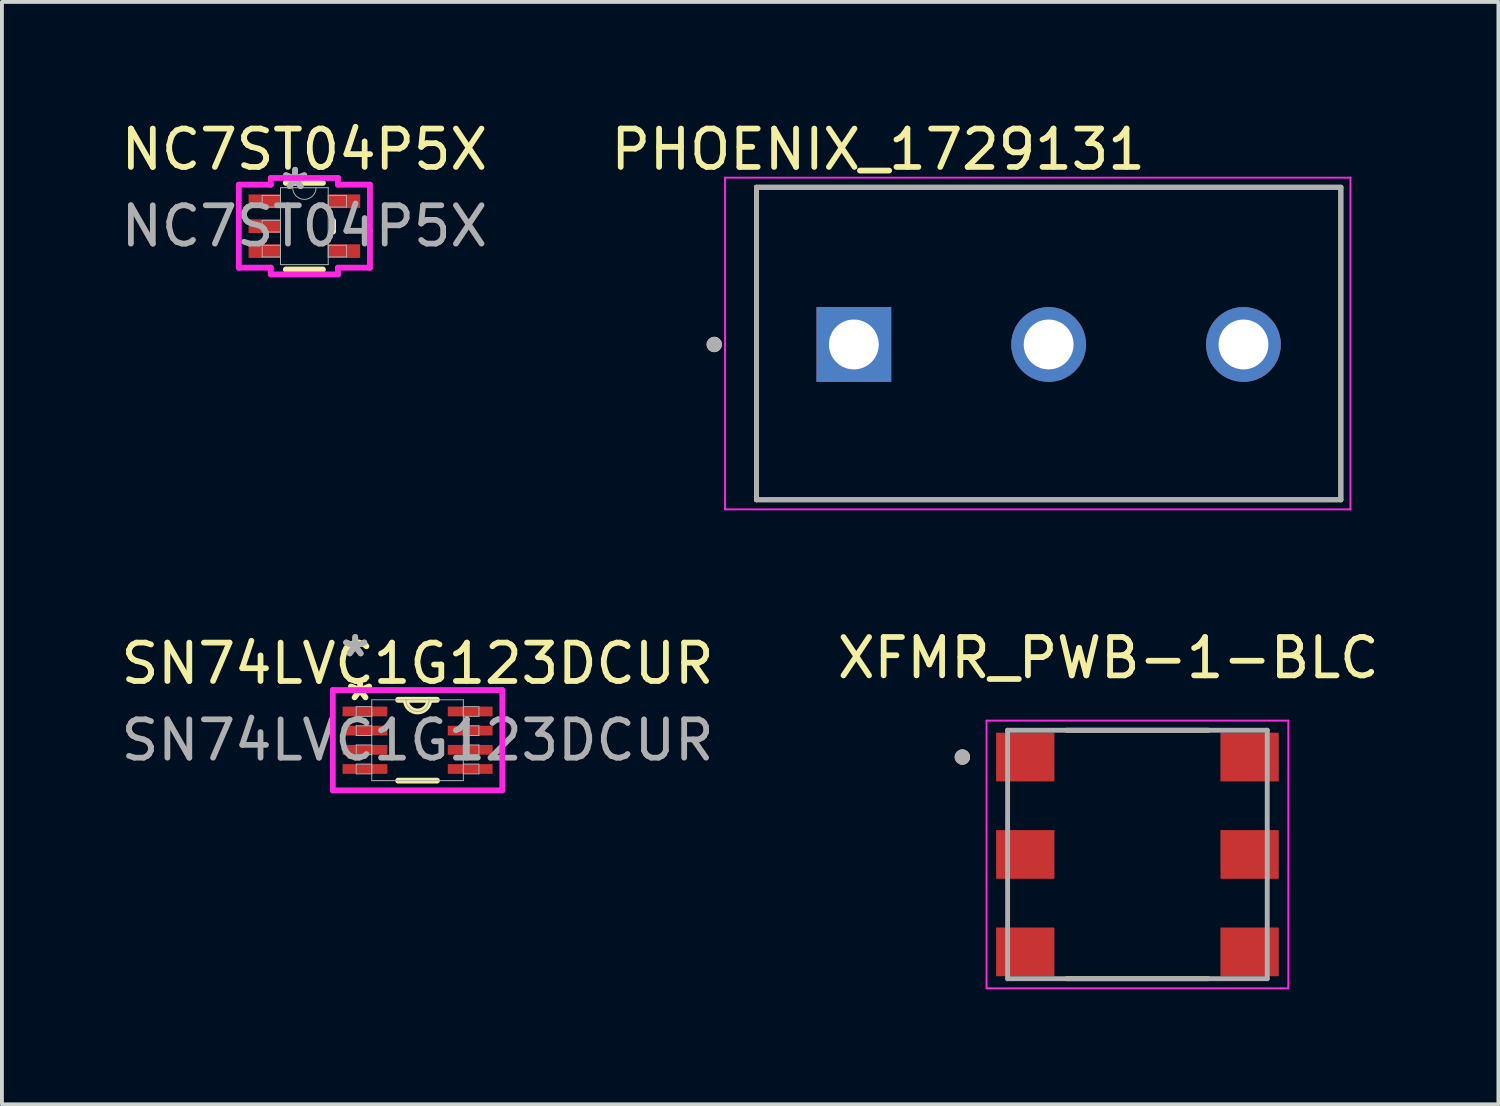
<source format=kicad_pcb>
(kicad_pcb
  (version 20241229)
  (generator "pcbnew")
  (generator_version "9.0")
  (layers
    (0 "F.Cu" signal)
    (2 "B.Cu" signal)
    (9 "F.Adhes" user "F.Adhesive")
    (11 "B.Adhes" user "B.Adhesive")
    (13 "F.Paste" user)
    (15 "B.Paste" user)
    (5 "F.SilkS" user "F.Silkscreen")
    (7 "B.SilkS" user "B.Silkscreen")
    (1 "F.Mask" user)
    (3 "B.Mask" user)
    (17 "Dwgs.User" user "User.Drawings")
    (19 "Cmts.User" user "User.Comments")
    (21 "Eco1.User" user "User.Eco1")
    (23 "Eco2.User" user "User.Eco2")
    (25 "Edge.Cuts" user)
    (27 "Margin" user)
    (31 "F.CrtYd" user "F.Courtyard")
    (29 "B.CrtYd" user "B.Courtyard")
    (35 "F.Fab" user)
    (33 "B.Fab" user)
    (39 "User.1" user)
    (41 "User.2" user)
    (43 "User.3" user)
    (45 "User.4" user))
  (footprint "NC7ST04P5X"
    (layer "F.Cu")
    (at 4.887 2.848)
    (property "Reference" "NC7ST04P5X" (at 0 -2 0) (unlocked yes) (layer "F.SilkS") (effects (font (size 1 1) (thickness 0.15))))
    (attr smd)
    (fp_line (start -0.484 1.13) (end 0.484 1.13) (stroke (width 0.152) (type solid)) (layer "F.SilkS"))
    (fp_line (start 0.484 -1.13) (end -0.484 -1.13) (stroke (width 0.152) (type solid)) (layer "F.SilkS"))
    (fp_line (start 0.749 0.139) (end 0.749 -0.139) (stroke (width 0.152) (type solid)) (layer "F.SilkS"))
    (fp_line (start -1.71 -1.082) (end -0.876 -1.082) (stroke (width 0.152) (type solid)) (layer "F.CrtYd"))
    (fp_line (start -1.71 1.082) (end -1.71 -1.082) (stroke (width 0.152) (type solid)) (layer "F.CrtYd"))
    (fp_line (start -1.71 1.082) (end -0.876 1.082) (stroke (width 0.152) (type solid)) (layer "F.CrtYd"))
    (fp_line (start -0.876 -1.257) (end 0.876 -1.257) (stroke (width 0.152) (type solid)) (layer "F.CrtYd"))
    (fp_line (start -0.876 -1.082) (end -0.876 -1.257) (stroke (width 0.152) (type solid)) (layer "F.CrtYd"))
    (fp_line (start -0.876 1.257) (end -0.876 1.082) (stroke (width 0.152) (type solid)) (layer "F.CrtYd"))
    (fp_line (start 0.876 -1.257) (end 0.876 -1.082) (stroke (width 0.152) (type solid)) (layer "F.CrtYd"))
    (fp_line (start 0.876 1.082) (end 0.876 1.257) (stroke (width 0.152) (type solid)) (layer "F.CrtYd"))
    (fp_line (start 0.876 1.257) (end -0.876 1.257) (stroke (width 0.152) (type solid)) (layer "F.CrtYd"))
    (fp_line (start 1.71 -1.082) (end 0.876 -1.082) (stroke (width 0.152) (type solid)) (layer "F.CrtYd"))
    (fp_line (start 1.71 -1.082) (end 1.71 1.082) (stroke (width 0.152) (type solid)) (layer "F.CrtYd"))
    (fp_line (start 1.71 1.082) (end 0.876 1.082) (stroke (width 0.152) (type solid)) (layer "F.CrtYd"))
    (fp_line (start -1.1 -0.802) (end -1.1 -0.498) (stroke (width 0.025) (type solid)) (layer "F.Fab"))
    (fp_line (start -1.1 -0.498) (end -0.622 -0.498) (stroke (width 0.025) (type solid)) (layer "F.Fab"))
    (fp_line (start -1.1 -0.152) (end -1.1 0.152) (stroke (width 0.025) (type solid)) (layer "F.Fab"))
    (fp_line (start -1.1 0.152) (end -0.622 0.152) (stroke (width 0.025) (type solid)) (layer "F.Fab"))
    (fp_line (start -1.1 0.498) (end -1.1 0.802) (stroke (width 0.025) (type solid)) (layer "F.Fab"))
    (fp_line (start -1.1 0.802) (end -0.622 0.802) (stroke (width 0.025) (type solid)) (layer "F.Fab"))
    (fp_line (start -0.622 -1.003) (end -0.622 1.003) (stroke (width 0.025) (type solid)) (layer "F.Fab"))
    (fp_line (start -0.622 -0.802) (end -1.1 -0.802) (stroke (width 0.025) (type solid)) (layer "F.Fab"))
    (fp_line (start -0.622 -0.498) (end -0.622 -0.802) (stroke (width 0.025) (type solid)) (layer "F.Fab"))
    (fp_line (start -0.622 -0.152) (end -1.1 -0.152) (stroke (width 0.025) (type solid)) (layer "F.Fab"))
    (fp_line (start -0.622 0.152) (end -0.622 -0.152) (stroke (width 0.025) (type solid)) (layer "F.Fab"))
    (fp_line (start -0.622 0.498) (end -1.1 0.498) (stroke (width 0.025) (type solid)) (layer "F.Fab"))
    (fp_line (start -0.622 0.802) (end -0.622 0.498) (stroke (width 0.025) (type solid)) (layer "F.Fab"))
    (fp_line (start -0.622 1.003) (end 0.622 1.003) (stroke (width 0.025) (type solid)) (layer "F.Fab"))
    (fp_line (start 0.622 -1.003) (end -0.622 -1.003) (stroke (width 0.025) (type solid)) (layer "F.Fab"))
    (fp_line (start 0.622 -0.802) (end 0.622 -0.498) (stroke (width 0.025) (type solid)) (layer "F.Fab"))
    (fp_line (start 0.622 -0.498) (end 1.1 -0.498) (stroke (width 0.025) (type solid)) (layer "F.Fab"))
    (fp_line (start 0.622 0.498) (end 0.622 0.802) (stroke (width 0.025) (type solid)) (layer "F.Fab"))
    (fp_line (start 0.622 0.802) (end 1.1 0.802) (stroke (width 0.025) (type solid)) (layer "F.Fab"))
    (fp_line (start 0.622 1.003) (end 0.622 -1.003) (stroke (width 0.025) (type solid)) (layer "F.Fab"))
    (fp_line (start 1.1 -0.802) (end 0.622 -0.802) (stroke (width 0.025) (type solid)) (layer "F.Fab"))
    (fp_line (start 1.1 -0.498) (end 1.1 -0.802) (stroke (width 0.025) (type solid)) (layer "F.Fab"))
    (fp_line (start 1.1 0.498) (end 0.622 0.498) (stroke (width 0.025) (type solid)) (layer "F.Fab"))
    (fp_line (start 1.1 0.802) (end 1.1 0.498) (stroke (width 0.025) (type solid)) (layer "F.Fab"))
    (fp_arc (start 0.3048 -1.0033) (mid 0 -0.6985) (end -0.3048 -1.0033) (stroke (width 0.0254) (type solid)) (layer "F.Fab"))
    (fp_text user "*" (at -0.241 -0.927 0) (layer "F.Fab") (effects (font (size 1 1) (thickness 0.15))))
    (fp_text user "${REFERENCE}" (at 0 0 0) (unlocked yes) (layer "F.Fab") (effects (font (size 1 1) (thickness 0.15))))
    (fp_text user "*" (at -0.241 -0.927 0) (unlocked yes) (layer "F.Fab") (effects (font (size 1 1) (thickness 0.15))))
    (pad "1" smd rect (at -1.039 -0.65) (size 0.833 0.356) (layers "F.Cu" "F.Mask" "F.Paste"))
    (pad "2" smd rect (at -1.039 0) (size 0.833 0.356) (layers "F.Cu" "F.Mask" "F.Paste"))
    (pad "3" smd rect (at -1.039 0.65) (size 0.833 0.356) (layers "F.Cu" "F.Mask" "F.Paste"))
    (pad "4" smd rect (at 1.039 0.65) (size 0.833 0.356) (layers "F.Cu" "F.Mask" "F.Paste"))
    (pad "5" smd rect (at 1.039 -0.65) (size 0.833 0.356) (layers "F.Cu" "F.Mask" "F.Paste")))
  (footprint "SN74LVC1G123DCUR"
    (layer "F.Cu")
    (at 7.839 16.253)
    (property "Reference" "SN74LVC1G123DCUR" (at 0 -2 0) (unlocked yes) (layer "F.SilkS") (effects (font (size 1 1) (thickness 0.15))))
    (attr smd)
    (fp_line (start -0.506 1.054) (end 0.506 1.054) (stroke (width 0.152) (type solid)) (layer "F.SilkS"))
    (fp_line (start 0.506 -1.054) (end -0.506 -1.054) (stroke (width 0.152) (type solid)) (layer "F.SilkS"))
    (fp_arc (start 0.3048 -1.0541) (mid 0 -0.7493) (end -0.3048 -1.0541) (stroke (width 0.1524) (type solid)) (layer "F.SilkS"))
    (fp_line (start -2.21 -1.308) (end 2.21 -1.308) (stroke (width 0.152) (type solid)) (layer "F.CrtYd"))
    (fp_line (start -2.21 1.308) (end -2.21 -1.308) (stroke (width 0.152) (type solid)) (layer "F.CrtYd"))
    (fp_line (start 2.21 -1.308) (end 2.21 1.308) (stroke (width 0.152) (type solid)) (layer "F.CrtYd"))
    (fp_line (start 2.21 1.308) (end -2.21 1.308) (stroke (width 0.152) (type solid)) (layer "F.CrtYd"))
    (fp_line (start -1.6 -0.877) (end -1.6 -0.623) (stroke (width 0.025) (type solid)) (layer "F.Fab"))
    (fp_line (start -1.6 -0.623) (end -1.194 -0.623) (stroke (width 0.025) (type solid)) (layer "F.Fab"))
    (fp_line (start -1.6 -0.377) (end -1.6 -0.123) (stroke (width 0.025) (type solid)) (layer "F.Fab"))
    (fp_line (start -1.6 -0.123) (end -1.194 -0.123) (stroke (width 0.025) (type solid)) (layer "F.Fab"))
    (fp_line (start -1.6 0.123) (end -1.6 0.377) (stroke (width 0.025) (type solid)) (layer "F.Fab"))
    (fp_line (start -1.6 0.377) (end -1.194 0.377) (stroke (width 0.025) (type solid)) (layer "F.Fab"))
    (fp_line (start -1.6 0.623) (end -1.6 0.877) (stroke (width 0.025) (type solid)) (layer "F.Fab"))
    (fp_line (start -1.6 0.877) (end -1.194 0.877) (stroke (width 0.025) (type solid)) (layer "F.Fab"))
    (fp_line (start -1.194 -1.054) (end -1.194 1.054) (stroke (width 0.025) (type solid)) (layer "F.Fab"))
    (fp_line (start -1.194 -0.877) (end -1.6 -0.877) (stroke (width 0.025) (type solid)) (layer "F.Fab"))
    (fp_line (start -1.194 -0.623) (end -1.194 -0.877) (stroke (width 0.025) (type solid)) (layer "F.Fab"))
    (fp_line (start -1.194 -0.377) (end -1.6 -0.377) (stroke (width 0.025) (type solid)) (layer "F.Fab"))
    (fp_line (start -1.194 -0.123) (end -1.194 -0.377) (stroke (width 0.025) (type solid)) (layer "F.Fab"))
    (fp_line (start -1.194 0.123) (end -1.6 0.123) (stroke (width 0.025) (type solid)) (layer "F.Fab"))
    (fp_line (start -1.194 0.377) (end -1.194 0.123) (stroke (width 0.025) (type solid)) (layer "F.Fab"))
    (fp_line (start -1.194 0.623) (end -1.6 0.623) (stroke (width 0.025) (type solid)) (layer "F.Fab"))
    (fp_line (start -1.194 0.877) (end -1.194 0.623) (stroke (width 0.025) (type solid)) (layer "F.Fab"))
    (fp_line (start -1.194 1.054) (end 1.194 1.054) (stroke (width 0.025) (type solid)) (layer "F.Fab"))
    (fp_line (start 1.194 -1.054) (end -1.194 -1.054) (stroke (width 0.025) (type solid)) (layer "F.Fab"))
    (fp_line (start 1.194 -0.877) (end 1.194 -0.623) (stroke (width 0.025) (type solid)) (layer "F.Fab"))
    (fp_line (start 1.194 -0.623) (end 1.6 -0.623) (stroke (width 0.025) (type solid)) (layer "F.Fab"))
    (fp_line (start 1.194 -0.377) (end 1.194 -0.123) (stroke (width 0.025) (type solid)) (layer "F.Fab"))
    (fp_line (start 1.194 -0.123) (end 1.6 -0.123) (stroke (width 0.025) (type solid)) (layer "F.Fab"))
    (fp_line (start 1.194 0.123) (end 1.194 0.377) (stroke (width 0.025) (type solid)) (layer "F.Fab"))
    (fp_line (start 1.194 0.377) (end 1.6 0.377) (stroke (width 0.025) (type solid)) (layer "F.Fab"))
    (fp_line (start 1.194 0.623) (end 1.194 0.877) (stroke (width 0.025) (type solid)) (layer "F.Fab"))
    (fp_line (start 1.194 0.877) (end 1.6 0.877) (stroke (width 0.025) (type solid)) (layer "F.Fab"))
    (fp_line (start 1.194 1.054) (end 1.194 -1.054) (stroke (width 0.025) (type solid)) (layer "F.Fab"))
    (fp_line (start 1.6 -0.877) (end 1.194 -0.877) (stroke (width 0.025) (type solid)) (layer "F.Fab"))
    (fp_line (start 1.6 -0.623) (end 1.6 -0.877) (stroke (width 0.025) (type solid)) (layer "F.Fab"))
    (fp_line (start 1.6 -0.377) (end 1.194 -0.377) (stroke (width 0.025) (type solid)) (layer "F.Fab"))
    (fp_line (start 1.6 -0.123) (end 1.6 -0.377) (stroke (width 0.025) (type solid)) (layer "F.Fab"))
    (fp_line (start 1.6 0.123) (end 1.194 0.123) (stroke (width 0.025) (type solid)) (layer "F.Fab"))
    (fp_line (start 1.6 0.377) (end 1.6 0.123) (stroke (width 0.025) (type solid)) (layer "F.Fab"))
    (fp_line (start 1.6 0.623) (end 1.194 0.623) (stroke (width 0.025) (type solid)) (layer "F.Fab"))
    (fp_line (start 1.6 0.877) (end 1.6 0.623) (stroke (width 0.025) (type solid)) (layer "F.Fab"))
    (fp_arc (start 0.3048 -1.0541) (mid 0 -0.7493) (end -0.3048 -1.0541) (stroke (width 0.0254) (type solid)) (layer "F.Fab"))
    (fp_text user "*" (at -1.5 -1 0) (layer "F.SilkS") (effects (font (size 1 1) (thickness 0.15))))
    (fp_text user "*" (at -1.626 -2.147 0) (unlocked yes) (layer "F.Fab") (effects (font (size 1 1) (thickness 0.15))))
    (fp_text user "*" (at -1.626 -2.147 0) (layer "F.Fab") (effects (font (size 1 1) (thickness 0.15))))
    (fp_text user "${REFERENCE}" (at 0 0 0) (unlocked yes) (layer "F.Fab") (effects (font (size 1 1) (thickness 0.15))))
    (pad "1" smd rect (at -1.372 -0.75) (size 1.168 0.254) (layers "F.Cu" "F.Mask" "F.Paste"))
    (pad "2" smd rect (at -1.372 -0.25) (size 1.168 0.254) (layers "F.Cu" "F.Mask" "F.Paste"))
    (pad "3" smd rect (at -1.372 0.25) (size 1.168 0.254) (layers "F.Cu" "F.Mask" "F.Paste"))
    (pad "4" smd rect (at -1.372 0.75) (size 1.168 0.254) (layers "F.Cu" "F.Mask" "F.Paste"))
    (pad "5" smd rect (at 1.372 0.75) (size 1.168 0.254) (layers "F.Cu" "F.Mask" "F.Paste"))
    (pad "6" smd rect (at 1.372 0.25) (size 1.168 0.254) (layers "F.Cu" "F.Mask" "F.Paste"))
    (pad "7" smd rect (at 1.372 -0.25) (size 1.168 0.254) (layers "F.Cu" "F.Mask" "F.Paste"))
    (pad "8" smd rect (at 1.372 -0.75) (size 1.168 0.254) (layers "F.Cu" "F.Mask" "F.Paste")))
  (footprint "XFMR_PWB-1-BLC"
    (layer "F.Cu")
    (at 26.611 19.232)
    (property "Reference" "XFMR_PWB-1-BLC" (at -0.76 -5.125 0) (layer "F.SilkS") (effects (font (size 1 1) (thickness 0.15))))
    (attr smd)
    (fp_line (start -1.845 -3.24) (end 1.845 -3.24) (stroke (width 0.127) (type solid)) (layer "F.SilkS"))
    (fp_line (start -1.845 3.24) (end 1.845 3.24) (stroke (width 0.127) (type solid)) (layer "F.SilkS"))
    (fp_circle (center -4.565 -2.54) (end -4.465 -2.54) (stroke (width 0.2) (type solid)) (fill no) (layer "F.SilkS"))
    (fp_line (start -3.935 -3.49) (end -3.935 3.49) (stroke (width 0.05) (type solid)) (layer "F.CrtYd"))
    (fp_line (start -3.935 3.49) (end 3.935 3.49) (stroke (width 0.05) (type solid)) (layer "F.CrtYd"))
    (fp_line (start 3.935 -3.49) (end -3.935 -3.49) (stroke (width 0.05) (type solid)) (layer "F.CrtYd"))
    (fp_line (start 3.935 3.49) (end 3.935 -3.49) (stroke (width 0.05) (type solid)) (layer "F.CrtYd"))
    (fp_line (start -3.385 -3.24) (end 3.385 -3.24) (stroke (width 0.127) (type solid)) (layer "F.Fab"))
    (fp_line (start -3.385 3.24) (end -3.385 -3.24) (stroke (width 0.127) (type solid)) (layer "F.Fab"))
    (fp_line (start 3.385 -3.24) (end 3.385 3.24) (stroke (width 0.127) (type solid)) (layer "F.Fab"))
    (fp_line (start 3.385 3.24) (end -3.385 3.24) (stroke (width 0.127) (type solid)) (layer "F.Fab"))
    (fp_circle (center -4.565 -2.54) (end -4.465 -2.54) (stroke (width 0.2) (type solid)) (fill no) (layer "F.Fab"))
    (pad "1" smd rect (at -2.925 -2.54) (size 1.52 1.27) (layers "F.Cu" "F.Mask" "F.Paste"))
    (pad "2" smd rect (at -2.925 0) (size 1.52 1.27) (layers "F.Cu" "F.Mask" "F.Paste"))
    (pad "3" smd rect (at -2.925 2.54) (size 1.52 1.27) (layers "F.Cu" "F.Mask" "F.Paste"))
    (pad "4" smd rect (at 2.925 2.54) (size 1.52 1.27) (layers "F.Cu" "F.Mask" "F.Paste"))
    (pad "5" smd rect (at 2.925 0) (size 1.52 1.27) (layers "F.Cu" "F.Mask" "F.Paste"))
    (pad "6" smd rect (at 2.925 -2.54) (size 1.52 1.27) (layers "F.Cu" "F.Mask" "F.Paste")))
  (footprint "PHOENIX_1729131"
    (layer "F.Cu")
    (at 16.676 9.983)
    (property "Reference" "PHOENIX_1729131" (at 3.175 -9.135 0) (layer "F.SilkS") (effects (font (size 1 1) (thickness 0.15))))
    (attr through_hole)
    (fp_line (start 0 -8.15) (end 0 0) (stroke (width 0.127) (type solid)) (layer "F.SilkS"))
    (fp_line (start 0 0) (end 15.24 0) (stroke (width 0.127) (type solid)) (layer "F.SilkS"))
    (fp_line (start 15.24 -8.15) (end 0 -8.15) (stroke (width 0.127) (type solid)) (layer "F.SilkS"))
    (fp_line (start 15.24 0) (end 15.24 -8.15) (stroke (width 0.127) (type solid)) (layer "F.SilkS"))
    (fp_circle (center -1.1 -4.05) (end -1 -4.05) (stroke (width 0.2) (type solid)) (fill no) (layer "F.SilkS"))
    (fp_line (start -0.82 -8.4) (end -0.82 0.25) (stroke (width 0.05) (type solid)) (layer "F.CrtYd"))
    (fp_line (start -0.82 0.25) (end 15.49 0.25) (stroke (width 0.05) (type solid)) (layer "F.CrtYd"))
    (fp_line (start 15.49 -8.4) (end -0.82 -8.4) (stroke (width 0.05) (type solid)) (layer "F.CrtYd"))
    (fp_line (start 15.49 0.25) (end 15.49 -8.4) (stroke (width 0.05) (type solid)) (layer "F.CrtYd"))
    (fp_line (start 0 -8.15) (end 0 0) (stroke (width 0.127) (type solid)) (layer "F.Fab"))
    (fp_line (start 0 0) (end 15.24 0) (stroke (width 0.127) (type solid)) (layer "F.Fab"))
    (fp_line (start 15.24 -8.15) (end 0 -8.15) (stroke (width 0.127) (type solid)) (layer "F.Fab"))
    (fp_line (start 15.24 0) (end 15.24 -8.15) (stroke (width 0.127) (type solid)) (layer "F.Fab"))
    (fp_circle (center -1.1 -4.05) (end -1 -4.05) (stroke (width 0.2) (type solid)) (fill no) (layer "F.Fab"))
    (pad "1" thru_hole rect (at 2.54 -4.05) (size 1.95 1.95) (drill 1.3) (layers "*.Cu" "*.Mask"))
    (pad "2" thru_hole circle (at 7.62 -4.05) (size 1.95 1.95) (drill 1.3) (layers "*.Cu" "*.Mask"))
    (pad "3" thru_hole circle (at 12.7 -4.05) (size 1.95 1.95) (drill 1.3) (layers "*.Cu" "*.Mask")))
  (gr_rect
    (start -3 -3)
    (end 36.024 25.747)
    (stroke (width 0.1) (type default))
    (fill no)
    (layer "Edge.Cuts")))
</source>
